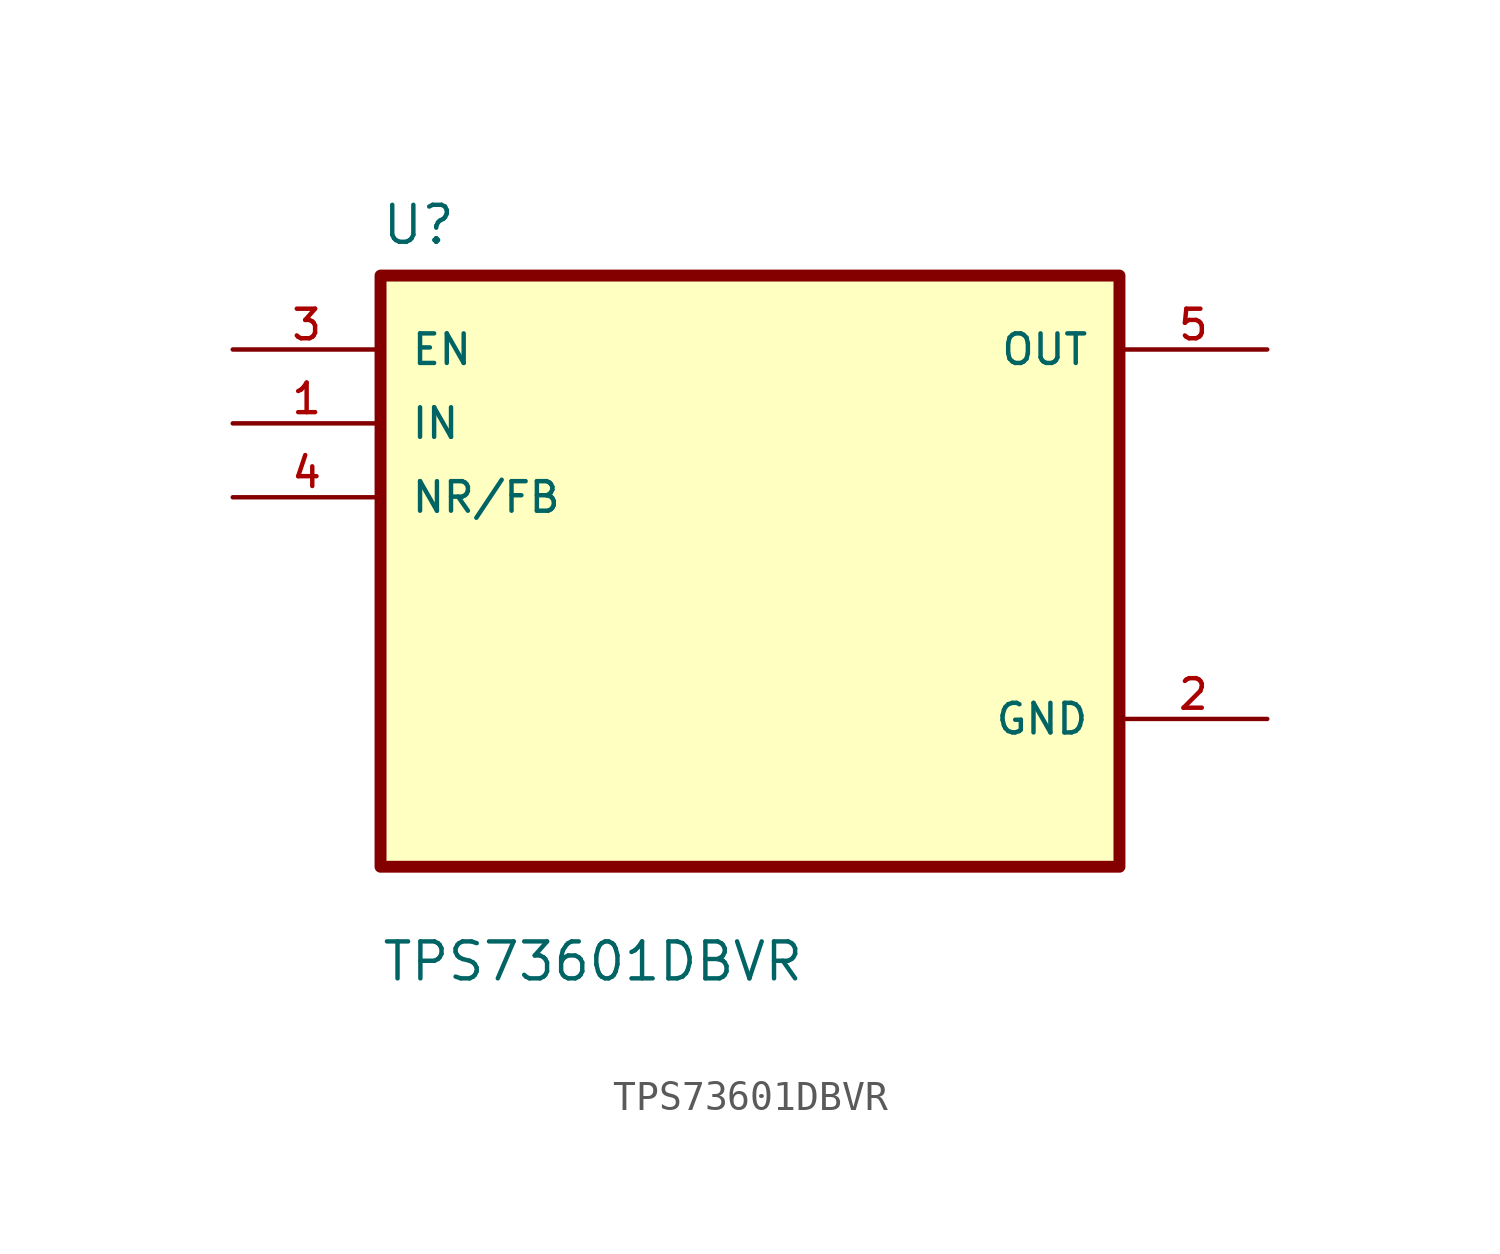
<source format=kicad_sym>
(kicad_symbol_lib
  (version 20211014)
  (generator kicad_symbol_editor)
  (symbol "TPS73601DBVR"
    (pin_names
      (offset 1.016))
    (property "Reference" "U"
      (at -12.7 11.16 0.0)
      (effects (font (size 1.27 1.27)) (justify bottom left)))
    (property "Value" "TPS73601DBVR"
      (at -12.7 -14.16 0.0)
      (effects (font (size 1.27 1.27)) (justify bottom left)))
    (symbol "TPS73601DBVR_0_0"
      (rectangle (start -12.7 -10.16) (end 12.7 10.16) (stroke (width 0.41)) (fill (type background)))
      (pin input line (at -17.78 7.62 0) (length 5.08) (name "EN" (effects (font (size 1.016 1.016)))) (number "3" (effects (font (size 1.016 1.016)))))
      (pin input line (at -17.78 5.08 0) (length 5.08) (name "IN" (effects (font (size 1.016 1.016)))) (number "1" (effects (font (size 1.016 1.016)))))
      (pin input line (at -17.78 2.54 0) (length 5.08) (name "NR/FB" (effects (font (size 1.016 1.016)))) (number "4" (effects (font (size 1.016 1.016)))))
      (pin output line (at 17.78 7.62 180.0) (length 5.08) (name "OUT" (effects (font (size 1.016 1.016)))) (number "5" (effects (font (size 1.016 1.016)))))
      (pin power_in line (at 17.78 -5.08 180.0) (length 5.08) (name "GND" (effects (font (size 1.016 1.016)))) (number "2" (effects (font (size 1.016 1.016))))))))
</source>
